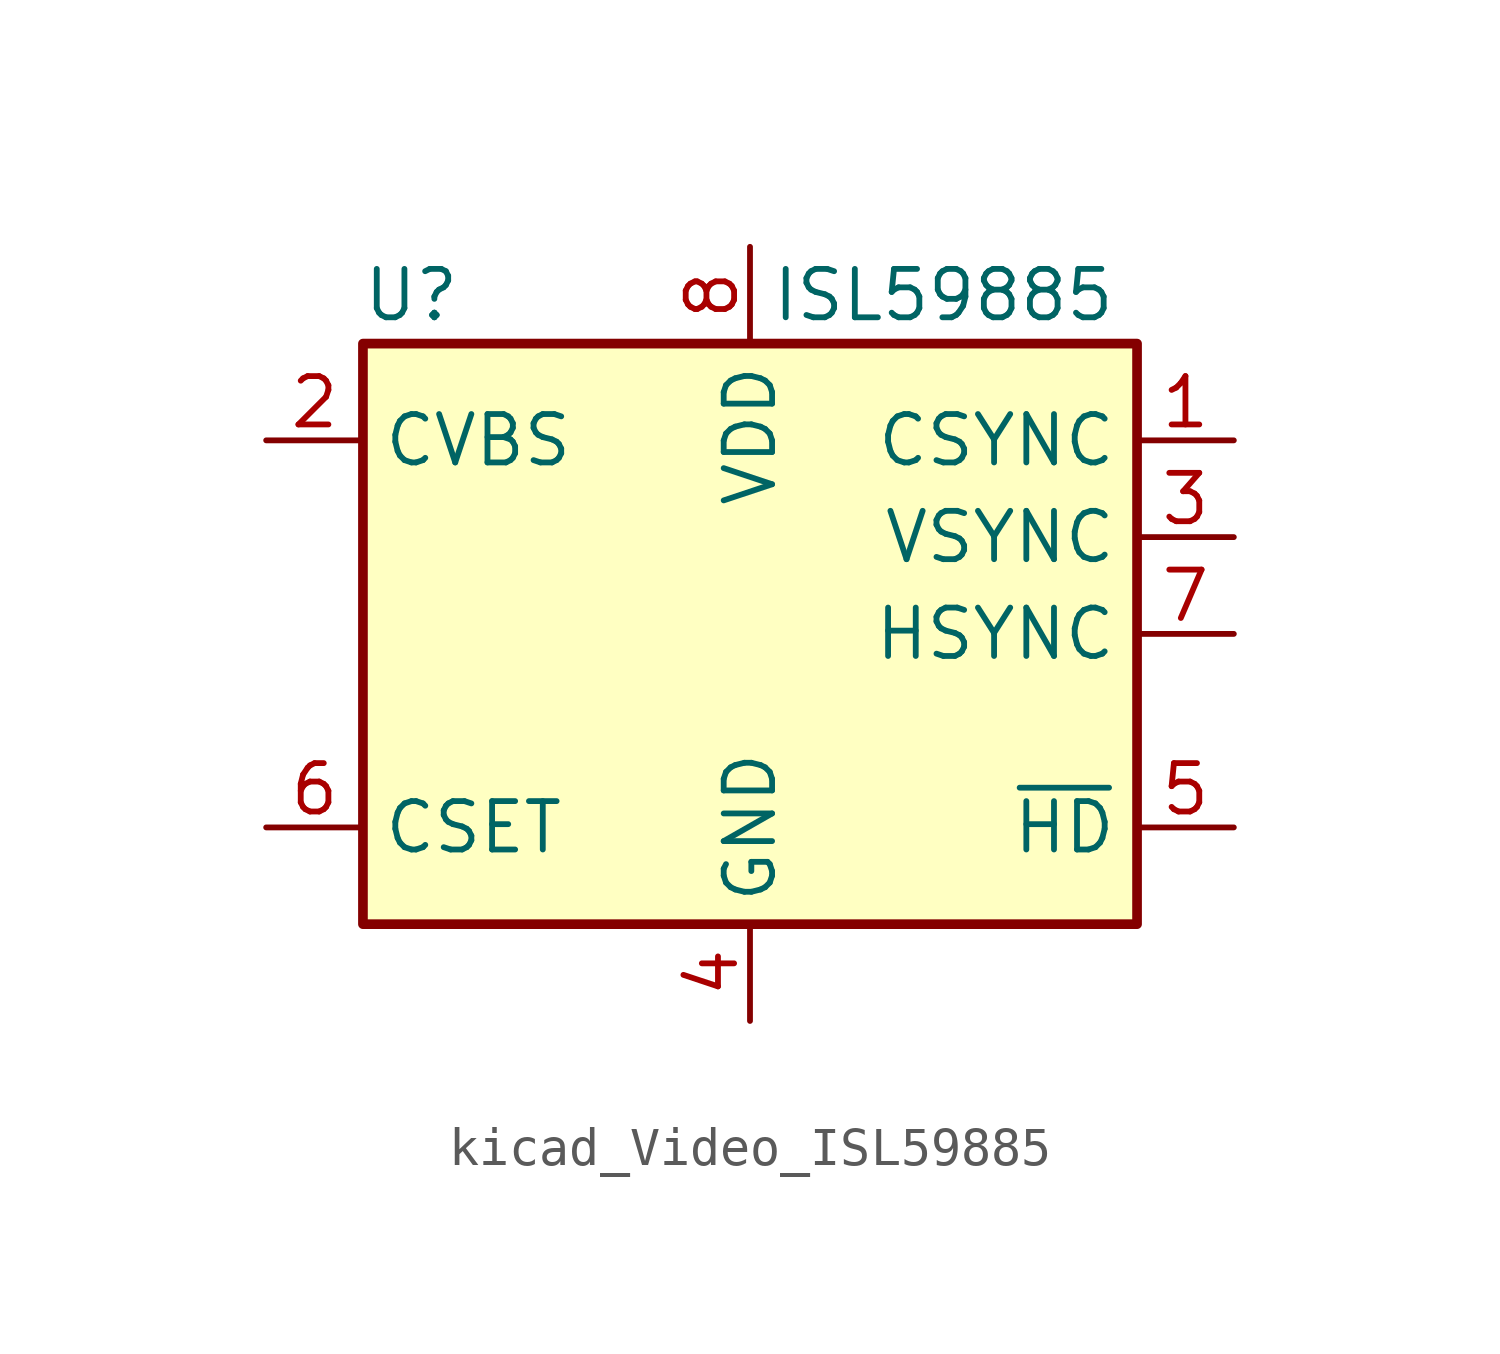
<source format=kicad_sym>
(kicad_symbol_lib
  (version 20220914)
  (generator kicad_symbol_editor)
  (symbol "kicad_Video_ISL59885"
    (property "Reference" "U"
      (at -8.89 8.89 0)
      (effects (font (size 1.27 1.27))))
    (property "Value" "ISL59885"
      (at 5.08 8.89 0)
      (effects (font (size 1.27 1.27))))
    (symbol "kicad_Video_ISL59885_0_1"
      (rectangle (start -10.16 7.62) (end 10.16 -7.62) (stroke (width 0.254) (type default)) (fill (type background))))
    (symbol "kicad_Video_ISL59885_1_1"
      (pin output line (at 12.7 5.08 180) (length 2.54) (name "CSYNC" (effects (font (size 1.27 1.27)))) (number "1" (effects (font (size 1.27 1.27)))))
      (pin input line (at -12.7 5.08 0) (length 2.54) (name "CVBS" (effects (font (size 1.27 1.27)))) (number "2" (effects (font (size 1.27 1.27)))))
      (pin output line (at 12.7 2.54 180) (length 2.54) (name "VSYNC" (effects (font (size 1.27 1.27)))) (number "3" (effects (font (size 1.27 1.27)))))
      (pin power_in line (at 0 -10.16 90) (length 2.54) (name "GND" (effects (font (size 1.27 1.27)))) (number "4" (effects (font (size 1.27 1.27)))))
      (pin output line (at 12.7 -5.08 180) (length 2.54) (name "~{HD}" (effects (font (size 1.27 1.27)))) (number "5" (effects (font (size 1.27 1.27)))))
      (pin passive line (at -12.7 -5.08 0) (length 2.54) (name "CSET" (effects (font (size 1.27 1.27)))) (number "6" (effects (font (size 1.27 1.27)))))
      (pin output line (at 12.7 0 180) (length 2.54) (name "HSYNC" (effects (font (size 1.27 1.27)))) (number "7" (effects (font (size 1.27 1.27)))))
      (pin power_in line (at 0 10.16 270) (length 2.54) (name "VDD" (effects (font (size 1.27 1.27)))) (number "8" (effects (font (size 1.27 1.27))))))))
</source>
